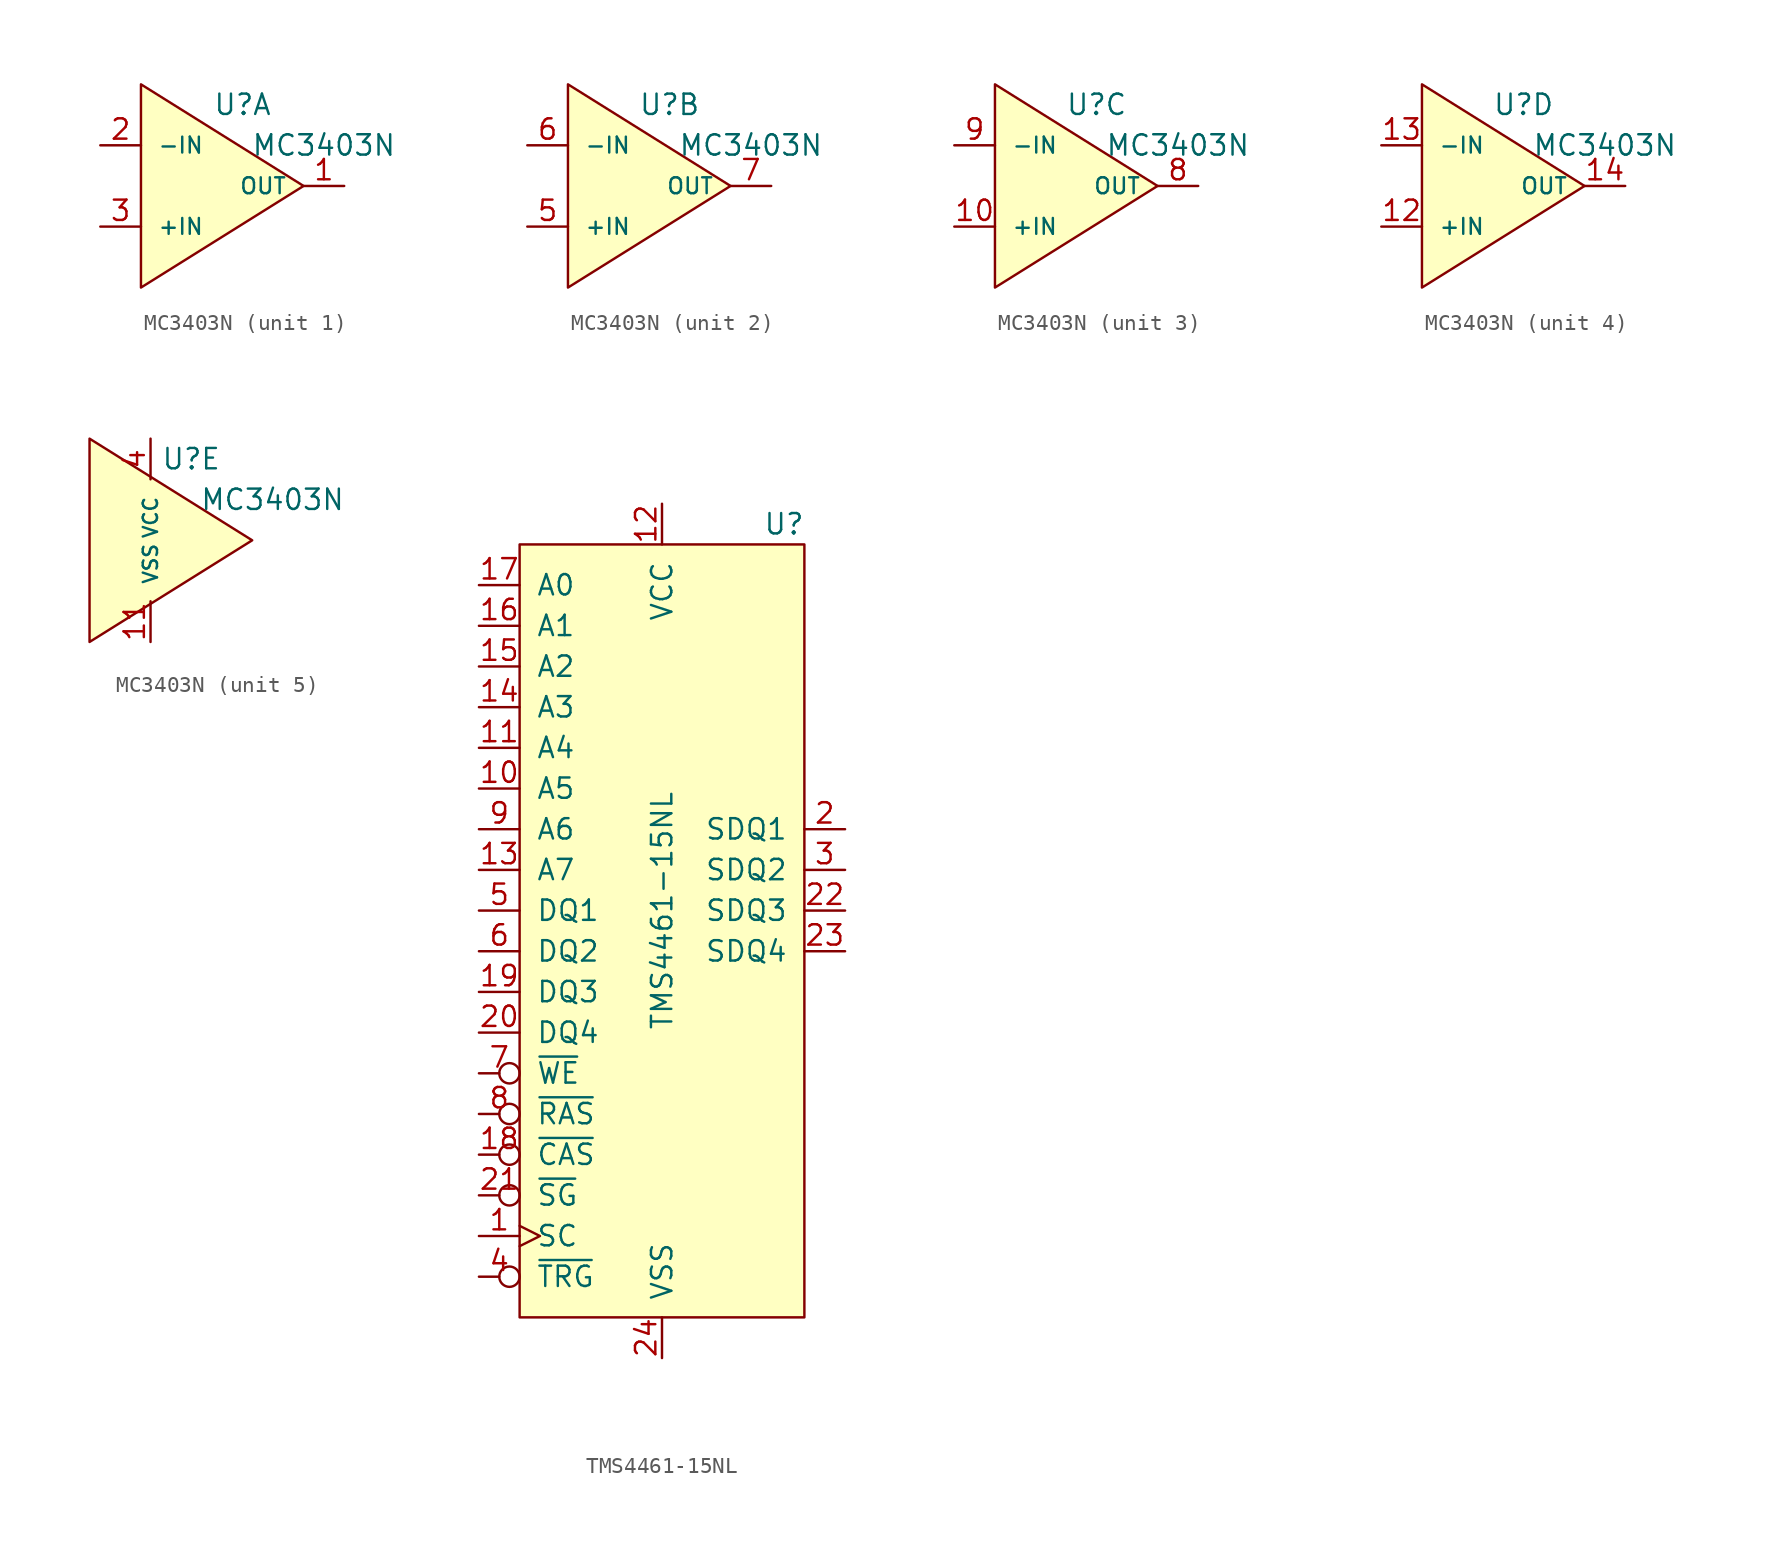
<source format=kicad_sym>
(kicad_symbol_lib
  (version 20211014)
  (generator kicad_symbol_editor)
  (symbol "MC3403N"
    (pin_names
      (offset 1.016))
    (property "Reference" "U"
      (at 2.54 5.08 0)
      (effects (font (size 1.27 1.27))))
    (property "Value" "MC3403N"
      (at 7.62 2.54 0)
      (effects (font (size 1.27 1.27))))
    (symbol "MC3403N_0_1"
      (polyline (pts (xy 6.35 0) (xy -3.81 -6.35) (xy -3.81 6.35) (xy 6.35 0)) (stroke (width 0) (type default) (color 0 0 0 0)) (fill (type background))))
    (symbol "MC3403N_1_1"
      (pin output line (at 8.89 0 180) (length 2.54) (name "OUT" (effects (font (size 0.991 0.991)))) (number "1" (effects (font (size 1.27 1.27)))))
      (pin input line (at -6.35 2.54 0) (length 2.54) (name "-IN" (effects (font (size 0.991 0.991)))) (number "2" (effects (font (size 1.27 1.27)))))
      (pin input line (at -6.35 -2.54 0) (length 2.54) (name "+IN" (effects (font (size 0.991 0.991)))) (number "3" (effects (font (size 1.27 1.27))))))
    (symbol "MC3403N_2_1"
      (pin input line (at -6.35 -2.54 0) (length 2.54) (name "+IN" (effects (font (size 0.991 0.991)))) (number "5" (effects (font (size 1.27 1.27)))))
      (pin input line (at -6.35 2.54 0) (length 2.54) (name "-IN" (effects (font (size 0.991 0.991)))) (number "6" (effects (font (size 1.27 1.27)))))
      (pin output line (at 8.89 0 180) (length 2.54) (name "OUT" (effects (font (size 0.991 0.991)))) (number "7" (effects (font (size 1.27 1.27))))))
    (symbol "MC3403N_3_1"
      (pin input line (at -6.35 -2.54 0) (length 2.54) (name "+IN" (effects (font (size 0.991 0.991)))) (number "10" (effects (font (size 1.27 1.27)))))
      (pin output line (at 8.89 0 180) (length 2.54) (name "OUT" (effects (font (size 0.991 0.991)))) (number "8" (effects (font (size 1.27 1.27)))))
      (pin input line (at -6.35 2.54 0) (length 2.54) (name "-IN" (effects (font (size 0.991 0.991)))) (number "9" (effects (font (size 1.27 1.27))))))
    (symbol "MC3403N_4_1"
      (pin input line (at -6.35 -2.54 0) (length 2.54) (name "+IN" (effects (font (size 0.991 0.991)))) (number "12" (effects (font (size 1.27 1.27)))))
      (pin input line (at -6.35 2.54 0) (length 2.54) (name "-IN" (effects (font (size 0.991 0.991)))) (number "13" (effects (font (size 1.27 1.27)))))
      (pin output line (at 8.89 0 180) (length 2.54) (name "OUT" (effects (font (size 0.991 0.991)))) (number "14" (effects (font (size 1.27 1.27))))))
    (symbol "MC3403N_5_1"
      (pin power_in line (at 0 -6.35 90) (length 2.54) (name "VSS" (effects (font (size 0.889 0.889)))) (number "11" (effects (font (size 1.27 1.27)))))
      (pin power_in line (at 0 6.35 270) (length 2.54) (name "VCC" (effects (font (size 0.889 0.889)))) (number "4" (effects (font (size 1.27 1.27)))))))
  (symbol "TMS4461-15NL"
    (pin_names
      (offset 1.016))
    (property "Reference" "U"
      (at 7.62 24.13 0)
      (effects (font (size 1.27 1.27))))
    (property "Value" "TMS4461-15NL"
      (at 0 0 90)
      (effects (font (size 1.27 1.27))))
    (symbol "TMS4461-15NL_0_1"
      (rectangle (start -8.89 22.86) (end 8.89 -25.4) (stroke (width 0) (type default) (color 0 0 0 0)) (fill (type background))))
    (symbol "TMS4461-15NL_1_1"
      (pin input clock (at -11.43 -20.32 0) (length 2.54) (name "SC" (effects (font (size 1.27 1.27)))) (number "1" (effects (font (size 1.27 1.27)))))
      (pin input line (at -11.43 7.62 0) (length 2.54) (name "A5" (effects (font (size 1.27 1.27)))) (number "10" (effects (font (size 1.27 1.27)))))
      (pin input line (at -11.43 10.16 0) (length 2.54) (name "A4" (effects (font (size 1.27 1.27)))) (number "11" (effects (font (size 1.27 1.27)))))
      (pin power_in line (at 0 25.4 270) (length 2.54) (name "VCC" (effects (font (size 1.27 1.27)))) (number "12" (effects (font (size 1.27 1.27)))))
      (pin input line (at -11.43 2.54 0) (length 2.54) (name "A7" (effects (font (size 1.27 1.27)))) (number "13" (effects (font (size 1.27 1.27)))))
      (pin input line (at -11.43 12.7 0) (length 2.54) (name "A3" (effects (font (size 1.27 1.27)))) (number "14" (effects (font (size 1.27 1.27)))))
      (pin input line (at -11.43 15.24 0) (length 2.54) (name "A2" (effects (font (size 1.27 1.27)))) (number "15" (effects (font (size 1.27 1.27)))))
      (pin input line (at -11.43 17.78 0) (length 2.54) (name "A1" (effects (font (size 1.27 1.27)))) (number "16" (effects (font (size 1.27 1.27)))))
      (pin input line (at -11.43 20.32 0) (length 2.54) (name "A0" (effects (font (size 1.27 1.27)))) (number "17" (effects (font (size 1.27 1.27)))))
      (pin input inverted (at -11.43 -15.24 0) (length 2.54) (name "~{CAS}" (effects (font (size 1.27 1.27)))) (number "18" (effects (font (size 1.27 1.27)))))
      (pin bidirectional line (at -11.43 -5.08 0) (length 2.54) (name "DQ3" (effects (font (size 1.27 1.27)))) (number "19" (effects (font (size 1.27 1.27)))))
      (pin bidirectional line (at 11.43 5.08 180) (length 2.54) (name "SDQ1" (effects (font (size 1.27 1.27)))) (number "2" (effects (font (size 1.27 1.27)))))
      (pin bidirectional line (at -11.43 -7.62 0) (length 2.54) (name "DQ4" (effects (font (size 1.27 1.27)))) (number "20" (effects (font (size 1.27 1.27)))))
      (pin input inverted (at -11.43 -17.78 0) (length 2.54) (name "~{SG}" (effects (font (size 1.27 1.27)))) (number "21" (effects (font (size 1.27 1.27)))))
      (pin bidirectional line (at 11.43 0 180) (length 2.54) (name "SDQ3" (effects (font (size 1.27 1.27)))) (number "22" (effects (font (size 1.27 1.27)))))
      (pin bidirectional line (at 11.43 -2.54 180) (length 2.54) (name "SDQ4" (effects (font (size 1.27 1.27)))) (number "23" (effects (font (size 1.27 1.27)))))
      (pin power_in line (at 0 -27.94 90) (length 2.54) (name "VSS" (effects (font (size 1.27 1.27)))) (number "24" (effects (font (size 1.27 1.27)))))
      (pin bidirectional line (at 11.43 2.54 180) (length 2.54) (name "SDQ2" (effects (font (size 1.27 1.27)))) (number "3" (effects (font (size 1.27 1.27)))))
      (pin input inverted (at -11.43 -22.86 0) (length 2.54) (name "~{TRG}" (effects (font (size 1.27 1.27)))) (number "4" (effects (font (size 1.27 1.27)))))
      (pin bidirectional line (at -11.43 0 0) (length 2.54) (name "DQ1" (effects (font (size 1.27 1.27)))) (number "5" (effects (font (size 1.27 1.27)))))
      (pin bidirectional line (at -11.43 -2.54 0) (length 2.54) (name "DQ2" (effects (font (size 1.27 1.27)))) (number "6" (effects (font (size 1.27 1.27)))))
      (pin input inverted (at -11.43 -10.16 0) (length 2.54) (name "~{WE}" (effects (font (size 1.27 1.27)))) (number "7" (effects (font (size 1.27 1.27)))))
      (pin input inverted (at -11.43 -12.7 0) (length 2.54) (name "~{RAS}" (effects (font (size 1.27 1.27)))) (number "8" (effects (font (size 1.27 1.27)))))
      (pin input line (at -11.43 5.08 0) (length 2.54) (name "A6" (effects (font (size 1.27 1.27)))) (number "9" (effects (font (size 1.27 1.27))))))))
</source>
